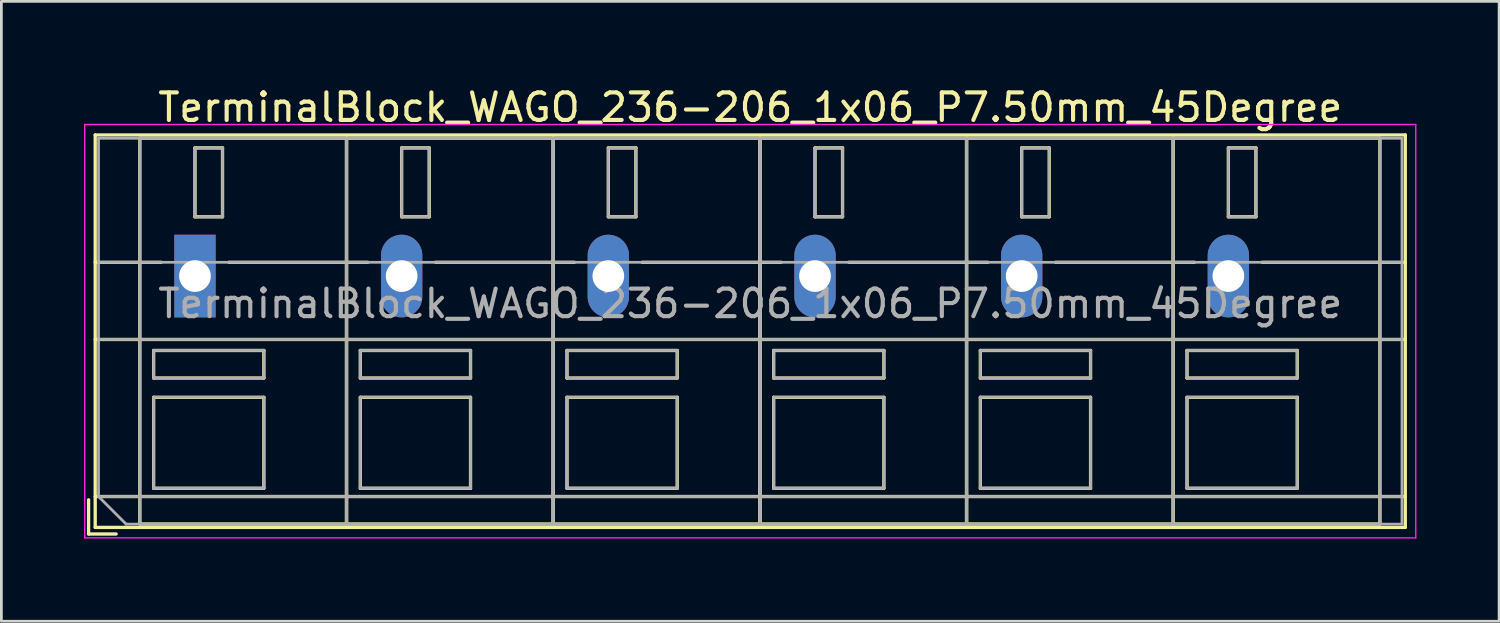
<source format=kicad_pcb>
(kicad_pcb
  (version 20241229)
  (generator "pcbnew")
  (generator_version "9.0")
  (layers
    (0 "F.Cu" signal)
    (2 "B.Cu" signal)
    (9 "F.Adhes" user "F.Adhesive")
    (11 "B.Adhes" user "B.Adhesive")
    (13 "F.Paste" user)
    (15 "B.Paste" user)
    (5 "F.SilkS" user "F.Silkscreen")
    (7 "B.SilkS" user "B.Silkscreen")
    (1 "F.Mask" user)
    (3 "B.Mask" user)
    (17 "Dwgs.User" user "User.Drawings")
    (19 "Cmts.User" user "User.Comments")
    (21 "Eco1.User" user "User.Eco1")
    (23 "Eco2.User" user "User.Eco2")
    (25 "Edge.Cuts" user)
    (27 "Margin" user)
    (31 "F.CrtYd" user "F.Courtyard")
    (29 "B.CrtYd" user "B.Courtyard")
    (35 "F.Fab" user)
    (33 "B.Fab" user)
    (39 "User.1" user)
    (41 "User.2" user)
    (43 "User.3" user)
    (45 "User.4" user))
  (footprint "TerminalBlock_WAGO_236-206_1x06_P7.50mm_45Degree"
    (layer "F.Cu")
    (at 4.025 6.968)
    (property "Reference" "TerminalBlock_WAGO_236-206_1x06_P7.50mm_45Degree" (at 20.15 -6.12 0) (layer "F.SilkS") (effects (font (size 1 1) (thickness 0.15))))
    (attr through_hole)
    (fp_line (start -3.86 8.12) (end -3.86 9.36) (stroke (width 0.12) (type solid)) (layer "F.SilkS"))
    (fp_line (start -3.86 9.36) (end -2.86 9.36) (stroke (width 0.12) (type solid)) (layer "F.SilkS"))
    (fp_line (start -3.62 -5.12) (end -3.62 9.12) (stroke (width 0.12) (type solid)) (layer "F.SilkS"))
    (fp_line (start -3.62 -5.12) (end 43.92 -5.12) (stroke (width 0.12) (type solid)) (layer "F.SilkS"))
    (fp_line (start -3.62 -0.5) (end -1.23 -0.5) (stroke (width 0.12) (type solid)) (layer "F.SilkS"))
    (fp_line (start -3.62 2.3) (end 43.92 2.3) (stroke (width 0.12) (type solid)) (layer "F.SilkS"))
    (fp_line (start -3.62 8) (end 43.92 8) (stroke (width 0.12) (type solid)) (layer "F.SilkS"))
    (fp_line (start -3.62 9.12) (end 43.92 9.12) (stroke (width 0.12) (type solid)) (layer "F.SilkS"))
    (fp_line (start -2 -5) (end -2 9) (stroke (width 0.12) (type solid)) (layer "F.SilkS"))
    (fp_line (start -2 -5) (end 5.5 -5) (stroke (width 0.12) (type solid)) (layer "F.SilkS"))
    (fp_line (start -2 9) (end 5.5 9) (stroke (width 0.12) (type solid)) (layer "F.SilkS"))
    (fp_line (start -1.5 2.7) (end -1.5 3.7) (stroke (width 0.12) (type solid)) (layer "F.SilkS"))
    (fp_line (start -1.5 2.7) (end 2.5 2.7) (stroke (width 0.12) (type solid)) (layer "F.SilkS"))
    (fp_line (start -1.5 3.7) (end 2.5 3.7) (stroke (width 0.12) (type solid)) (layer "F.SilkS"))
    (fp_line (start -1.5 4.4) (end -1.5 7.7) (stroke (width 0.12) (type solid)) (layer "F.SilkS"))
    (fp_line (start -1.5 4.4) (end 2.5 4.4) (stroke (width 0.12) (type solid)) (layer "F.SilkS"))
    (fp_line (start -1.5 7.7) (end 2.5 7.7) (stroke (width 0.12) (type solid)) (layer "F.SilkS"))
    (fp_line (start 0 -4.65) (end 0 -2.151) (stroke (width 0.12) (type solid)) (layer "F.SilkS"))
    (fp_line (start 0 -4.65) (end 1 -4.65) (stroke (width 0.12) (type solid)) (layer "F.SilkS"))
    (fp_line (start 0 -2.151) (end 1 -2.151) (stroke (width 0.12) (type solid)) (layer "F.SilkS"))
    (fp_line (start 1 -4.65) (end 1 -2.151) (stroke (width 0.12) (type solid)) (layer "F.SilkS"))
    (fp_line (start 1.23 -0.5) (end 6.27 -0.5) (stroke (width 0.12) (type solid)) (layer "F.SilkS"))
    (fp_line (start 2.5 2.7) (end 2.5 3.7) (stroke (width 0.12) (type solid)) (layer "F.SilkS"))
    (fp_line (start 2.5 4.4) (end 2.5 7.7) (stroke (width 0.12) (type solid)) (layer "F.SilkS"))
    (fp_line (start 5.5 -5) (end 5.5 9) (stroke (width 0.12) (type solid)) (layer "F.SilkS"))
    (fp_line (start 5.5 -5) (end 5.5 9) (stroke (width 0.12) (type solid)) (layer "F.SilkS"))
    (fp_line (start 5.5 -5) (end 13 -5) (stroke (width 0.12) (type solid)) (layer "F.SilkS"))
    (fp_line (start 5.5 9) (end 13 9) (stroke (width 0.12) (type solid)) (layer "F.SilkS"))
    (fp_line (start 6 2.7) (end 6 3.7) (stroke (width 0.12) (type solid)) (layer "F.SilkS"))
    (fp_line (start 6 2.7) (end 10 2.7) (stroke (width 0.12) (type solid)) (layer "F.SilkS"))
    (fp_line (start 6 3.7) (end 10 3.7) (stroke (width 0.12) (type solid)) (layer "F.SilkS"))
    (fp_line (start 6 4.4) (end 6 7.7) (stroke (width 0.12) (type solid)) (layer "F.SilkS"))
    (fp_line (start 6 4.4) (end 10 4.4) (stroke (width 0.12) (type solid)) (layer "F.SilkS"))
    (fp_line (start 6 7.7) (end 10 7.7) (stroke (width 0.12) (type solid)) (layer "F.SilkS"))
    (fp_line (start 7.5 -4.65) (end 7.5 -2.151) (stroke (width 0.12) (type solid)) (layer "F.SilkS"))
    (fp_line (start 7.5 -4.65) (end 8.5 -4.65) (stroke (width 0.12) (type solid)) (layer "F.SilkS"))
    (fp_line (start 7.5 -2.151) (end 8.5 -2.151) (stroke (width 0.12) (type solid)) (layer "F.SilkS"))
    (fp_line (start 8.5 -4.65) (end 8.5 -2.151) (stroke (width 0.12) (type solid)) (layer "F.SilkS"))
    (fp_line (start 8.73 -0.5) (end 13.77 -0.5) (stroke (width 0.12) (type solid)) (layer "F.SilkS"))
    (fp_line (start 10 2.7) (end 10 3.7) (stroke (width 0.12) (type solid)) (layer "F.SilkS"))
    (fp_line (start 10 4.4) (end 10 7.7) (stroke (width 0.12) (type solid)) (layer "F.SilkS"))
    (fp_line (start 13 -5) (end 13 9) (stroke (width 0.12) (type solid)) (layer "F.SilkS"))
    (fp_line (start 13 -5) (end 13 9) (stroke (width 0.12) (type solid)) (layer "F.SilkS"))
    (fp_line (start 13 -5) (end 20.5 -5) (stroke (width 0.12) (type solid)) (layer "F.SilkS"))
    (fp_line (start 13 9) (end 20.5 9) (stroke (width 0.12) (type solid)) (layer "F.SilkS"))
    (fp_line (start 13.5 2.7) (end 13.5 3.7) (stroke (width 0.12) (type solid)) (layer "F.SilkS"))
    (fp_line (start 13.5 2.7) (end 17.5 2.7) (stroke (width 0.12) (type solid)) (layer "F.SilkS"))
    (fp_line (start 13.5 3.7) (end 17.5 3.7) (stroke (width 0.12) (type solid)) (layer "F.SilkS"))
    (fp_line (start 13.5 4.4) (end 13.5 7.7) (stroke (width 0.12) (type solid)) (layer "F.SilkS"))
    (fp_line (start 13.5 4.4) (end 17.5 4.4) (stroke (width 0.12) (type solid)) (layer "F.SilkS"))
    (fp_line (start 13.5 7.7) (end 17.5 7.7) (stroke (width 0.12) (type solid)) (layer "F.SilkS"))
    (fp_line (start 15 -4.65) (end 15 -2.151) (stroke (width 0.12) (type solid)) (layer "F.SilkS"))
    (fp_line (start 15 -4.65) (end 16 -4.65) (stroke (width 0.12) (type solid)) (layer "F.SilkS"))
    (fp_line (start 15 -2.151) (end 16 -2.151) (stroke (width 0.12) (type solid)) (layer "F.SilkS"))
    (fp_line (start 16 -4.65) (end 16 -2.151) (stroke (width 0.12) (type solid)) (layer "F.SilkS"))
    (fp_line (start 16.23 -0.5) (end 21.27 -0.5) (stroke (width 0.12) (type solid)) (layer "F.SilkS"))
    (fp_line (start 17.5 2.7) (end 17.5 3.7) (stroke (width 0.12) (type solid)) (layer "F.SilkS"))
    (fp_line (start 17.5 4.4) (end 17.5 7.7) (stroke (width 0.12) (type solid)) (layer "F.SilkS"))
    (fp_line (start 20.5 -5) (end 20.5 9) (stroke (width 0.12) (type solid)) (layer "F.SilkS"))
    (fp_line (start 20.5 -5) (end 20.5 9) (stroke (width 0.12) (type solid)) (layer "F.SilkS"))
    (fp_line (start 20.5 -5) (end 28 -5) (stroke (width 0.12) (type solid)) (layer "F.SilkS"))
    (fp_line (start 20.5 9) (end 28 9) (stroke (width 0.12) (type solid)) (layer "F.SilkS"))
    (fp_line (start 21 2.7) (end 21 3.7) (stroke (width 0.12) (type solid)) (layer "F.SilkS"))
    (fp_line (start 21 2.7) (end 25 2.7) (stroke (width 0.12) (type solid)) (layer "F.SilkS"))
    (fp_line (start 21 3.7) (end 25 3.7) (stroke (width 0.12) (type solid)) (layer "F.SilkS"))
    (fp_line (start 21 4.4) (end 21 7.7) (stroke (width 0.12) (type solid)) (layer "F.SilkS"))
    (fp_line (start 21 4.4) (end 25 4.4) (stroke (width 0.12) (type solid)) (layer "F.SilkS"))
    (fp_line (start 21 7.7) (end 25 7.7) (stroke (width 0.12) (type solid)) (layer "F.SilkS"))
    (fp_line (start 22.5 -4.65) (end 22.5 -2.151) (stroke (width 0.12) (type solid)) (layer "F.SilkS"))
    (fp_line (start 22.5 -4.65) (end 23.5 -4.65) (stroke (width 0.12) (type solid)) (layer "F.SilkS"))
    (fp_line (start 22.5 -2.151) (end 23.5 -2.151) (stroke (width 0.12) (type solid)) (layer "F.SilkS"))
    (fp_line (start 23.5 -4.65) (end 23.5 -2.151) (stroke (width 0.12) (type solid)) (layer "F.SilkS"))
    (fp_line (start 23.73 -0.5) (end 28.77 -0.5) (stroke (width 0.12) (type solid)) (layer "F.SilkS"))
    (fp_line (start 25 2.7) (end 25 3.7) (stroke (width 0.12) (type solid)) (layer "F.SilkS"))
    (fp_line (start 25 4.4) (end 25 7.7) (stroke (width 0.12) (type solid)) (layer "F.SilkS"))
    (fp_line (start 28 -5) (end 28 9) (stroke (width 0.12) (type solid)) (layer "F.SilkS"))
    (fp_line (start 28 -5) (end 28 9) (stroke (width 0.12) (type solid)) (layer "F.SilkS"))
    (fp_line (start 28 -5) (end 35.5 -5) (stroke (width 0.12) (type solid)) (layer "F.SilkS"))
    (fp_line (start 28 9) (end 35.5 9) (stroke (width 0.12) (type solid)) (layer "F.SilkS"))
    (fp_line (start 28.5 2.7) (end 28.5 3.7) (stroke (width 0.12) (type solid)) (layer "F.SilkS"))
    (fp_line (start 28.5 2.7) (end 32.5 2.7) (stroke (width 0.12) (type solid)) (layer "F.SilkS"))
    (fp_line (start 28.5 3.7) (end 32.5 3.7) (stroke (width 0.12) (type solid)) (layer "F.SilkS"))
    (fp_line (start 28.5 4.4) (end 28.5 7.7) (stroke (width 0.12) (type solid)) (layer "F.SilkS"))
    (fp_line (start 28.5 4.4) (end 32.5 4.4) (stroke (width 0.12) (type solid)) (layer "F.SilkS"))
    (fp_line (start 28.5 7.7) (end 32.5 7.7) (stroke (width 0.12) (type solid)) (layer "F.SilkS"))
    (fp_line (start 30 -4.65) (end 30 -2.151) (stroke (width 0.12) (type solid)) (layer "F.SilkS"))
    (fp_line (start 30 -4.65) (end 31 -4.65) (stroke (width 0.12) (type solid)) (layer "F.SilkS"))
    (fp_line (start 30 -2.151) (end 31 -2.151) (stroke (width 0.12) (type solid)) (layer "F.SilkS"))
    (fp_line (start 31 -4.65) (end 31 -2.151) (stroke (width 0.12) (type solid)) (layer "F.SilkS"))
    (fp_line (start 31.23 -0.5) (end 36.27 -0.5) (stroke (width 0.12) (type solid)) (layer "F.SilkS"))
    (fp_line (start 32.5 2.7) (end 32.5 3.7) (stroke (width 0.12) (type solid)) (layer "F.SilkS"))
    (fp_line (start 32.5 4.4) (end 32.5 7.7) (stroke (width 0.12) (type solid)) (layer "F.SilkS"))
    (fp_line (start 35.5 -5) (end 35.5 9) (stroke (width 0.12) (type solid)) (layer "F.SilkS"))
    (fp_line (start 35.5 -5) (end 35.5 9) (stroke (width 0.12) (type solid)) (layer "F.SilkS"))
    (fp_line (start 35.5 -5) (end 43 -5) (stroke (width 0.12) (type solid)) (layer "F.SilkS"))
    (fp_line (start 35.5 9) (end 43 9) (stroke (width 0.12) (type solid)) (layer "F.SilkS"))
    (fp_line (start 36 2.7) (end 36 3.7) (stroke (width 0.12) (type solid)) (layer "F.SilkS"))
    (fp_line (start 36 2.7) (end 40 2.7) (stroke (width 0.12) (type solid)) (layer "F.SilkS"))
    (fp_line (start 36 3.7) (end 40 3.7) (stroke (width 0.12) (type solid)) (layer "F.SilkS"))
    (fp_line (start 36 4.4) (end 36 7.7) (stroke (width 0.12) (type solid)) (layer "F.SilkS"))
    (fp_line (start 36 4.4) (end 40 4.4) (stroke (width 0.12) (type solid)) (layer "F.SilkS"))
    (fp_line (start 36 7.7) (end 40 7.7) (stroke (width 0.12) (type solid)) (layer "F.SilkS"))
    (fp_line (start 37.5 -4.65) (end 37.5 -2.151) (stroke (width 0.12) (type solid)) (layer "F.SilkS"))
    (fp_line (start 37.5 -4.65) (end 38.5 -4.65) (stroke (width 0.12) (type solid)) (layer "F.SilkS"))
    (fp_line (start 37.5 -2.151) (end 38.5 -2.151) (stroke (width 0.12) (type solid)) (layer "F.SilkS"))
    (fp_line (start 38.5 -4.65) (end 38.5 -2.151) (stroke (width 0.12) (type solid)) (layer "F.SilkS"))
    (fp_line (start 38.73 -0.5) (end 43.92 -0.5) (stroke (width 0.12) (type solid)) (layer "F.SilkS"))
    (fp_line (start 40 2.7) (end 40 3.7) (stroke (width 0.12) (type solid)) (layer "F.SilkS"))
    (fp_line (start 40 4.4) (end 40 7.7) (stroke (width 0.12) (type solid)) (layer "F.SilkS"))
    (fp_line (start 43 -5) (end 43 9) (stroke (width 0.12) (type solid)) (layer "F.SilkS"))
    (fp_line (start 43.92 -5.12) (end 43.92 9.12) (stroke (width 0.12) (type solid)) (layer "F.SilkS"))
    (fp_line (start -4 -5.5) (end -4 9.5) (stroke (width 0.05) (type solid)) (layer "F.CrtYd"))
    (fp_line (start -4 9.5) (end 44.3 9.5) (stroke (width 0.05) (type solid)) (layer "F.CrtYd"))
    (fp_line (start 44.3 -5.5) (end -4 -5.5) (stroke (width 0.05) (type solid)) (layer "F.CrtYd"))
    (fp_line (start 44.3 9.5) (end 44.3 -5.5) (stroke (width 0.05) (type solid)) (layer "F.CrtYd"))
    (fp_line (start -3.5 -5) (end 43.8 -5) (stroke (width 0.1) (type solid)) (layer "F.Fab"))
    (fp_line (start -3.5 -0.5) (end 43.8 -0.5) (stroke (width 0.1) (type solid)) (layer "F.Fab"))
    (fp_line (start -3.5 2.3) (end 43.8 2.3) (stroke (width 0.1) (type solid)) (layer "F.Fab"))
    (fp_line (start -3.5 8) (end -3.5 -5) (stroke (width 0.1) (type solid)) (layer "F.Fab"))
    (fp_line (start -3.5 8) (end 43.8 8) (stroke (width 0.1) (type solid)) (layer "F.Fab"))
    (fp_line (start -2.5 9) (end -3.5 8) (stroke (width 0.1) (type solid)) (layer "F.Fab"))
    (fp_line (start -2 -5) (end -2 9) (stroke (width 0.1) (type solid)) (layer "F.Fab"))
    (fp_line (start -2 9) (end 5.5 9) (stroke (width 0.1) (type solid)) (layer "F.Fab"))
    (fp_line (start -1.5 2.7) (end -1.5 3.7) (stroke (width 0.1) (type solid)) (layer "F.Fab"))
    (fp_line (start -1.5 3.7) (end 2.5 3.7) (stroke (width 0.1) (type solid)) (layer "F.Fab"))
    (fp_line (start -1.5 4.4) (end -1.5 7.7) (stroke (width 0.1) (type solid)) (layer "F.Fab"))
    (fp_line (start -1.5 7.7) (end 2.5 7.7) (stroke (width 0.1) (type solid)) (layer "F.Fab"))
    (fp_line (start 0 -4.65) (end 0 -2.15) (stroke (width 0.1) (type solid)) (layer "F.Fab"))
    (fp_line (start 0 -2.15) (end 1 -2.15) (stroke (width 0.1) (type solid)) (layer "F.Fab"))
    (fp_line (start 1 -4.65) (end 0 -4.65) (stroke (width 0.1) (type solid)) (layer "F.Fab"))
    (fp_line (start 1 -2.15) (end 1 -4.65) (stroke (width 0.1) (type solid)) (layer "F.Fab"))
    (fp_line (start 2.5 2.7) (end -1.5 2.7) (stroke (width 0.1) (type solid)) (layer "F.Fab"))
    (fp_line (start 2.5 3.7) (end 2.5 2.7) (stroke (width 0.1) (type solid)) (layer "F.Fab"))
    (fp_line (start 2.5 4.4) (end -1.5 4.4) (stroke (width 0.1) (type solid)) (layer "F.Fab"))
    (fp_line (start 2.5 7.7) (end 2.5 4.4) (stroke (width 0.1) (type solid)) (layer "F.Fab"))
    (fp_line (start 5.5 -5) (end -2 -5) (stroke (width 0.1) (type solid)) (layer "F.Fab"))
    (fp_line (start 5.5 -5) (end 5.5 9) (stroke (width 0.1) (type solid)) (layer "F.Fab"))
    (fp_line (start 5.5 9) (end 5.5 -5) (stroke (width 0.1) (type solid)) (layer "F.Fab"))
    (fp_line (start 5.5 9) (end 13 9) (stroke (width 0.1) (type solid)) (layer "F.Fab"))
    (fp_line (start 6 2.7) (end 6 3.7) (stroke (width 0.1) (type solid)) (layer "F.Fab"))
    (fp_line (start 6 3.7) (end 10 3.7) (stroke (width 0.1) (type solid)) (layer "F.Fab"))
    (fp_line (start 6 4.4) (end 6 7.7) (stroke (width 0.1) (type solid)) (layer "F.Fab"))
    (fp_line (start 6 7.7) (end 10 7.7) (stroke (width 0.1) (type solid)) (layer "F.Fab"))
    (fp_line (start 7.5 -4.65) (end 7.5 -2.15) (stroke (width 0.1) (type solid)) (layer "F.Fab"))
    (fp_line (start 7.5 -2.15) (end 8.5 -2.15) (stroke (width 0.1) (type solid)) (layer "F.Fab"))
    (fp_line (start 8.5 -4.65) (end 7.5 -4.65) (stroke (width 0.1) (type solid)) (layer "F.Fab"))
    (fp_line (start 8.5 -2.15) (end 8.5 -4.65) (stroke (width 0.1) (type solid)) (layer "F.Fab"))
    (fp_line (start 10 2.7) (end 6 2.7) (stroke (width 0.1) (type solid)) (layer "F.Fab"))
    (fp_line (start 10 3.7) (end 10 2.7) (stroke (width 0.1) (type solid)) (layer "F.Fab"))
    (fp_line (start 10 4.4) (end 6 4.4) (stroke (width 0.1) (type solid)) (layer "F.Fab"))
    (fp_line (start 10 7.7) (end 10 4.4) (stroke (width 0.1) (type solid)) (layer "F.Fab"))
    (fp_line (start 13 -5) (end 5.5 -5) (stroke (width 0.1) (type solid)) (layer "F.Fab"))
    (fp_line (start 13 -5) (end 13 9) (stroke (width 0.1) (type solid)) (layer "F.Fab"))
    (fp_line (start 13 9) (end 13 -5) (stroke (width 0.1) (type solid)) (layer "F.Fab"))
    (fp_line (start 13 9) (end 20.5 9) (stroke (width 0.1) (type solid)) (layer "F.Fab"))
    (fp_line (start 13.5 2.7) (end 13.5 3.7) (stroke (width 0.1) (type solid)) (layer "F.Fab"))
    (fp_line (start 13.5 3.7) (end 17.5 3.7) (stroke (width 0.1) (type solid)) (layer "F.Fab"))
    (fp_line (start 13.5 4.4) (end 13.5 7.7) (stroke (width 0.1) (type solid)) (layer "F.Fab"))
    (fp_line (start 13.5 7.7) (end 17.5 7.7) (stroke (width 0.1) (type solid)) (layer "F.Fab"))
    (fp_line (start 15 -4.65) (end 15 -2.15) (stroke (width 0.1) (type solid)) (layer "F.Fab"))
    (fp_line (start 15 -2.15) (end 16 -2.15) (stroke (width 0.1) (type solid)) (layer "F.Fab"))
    (fp_line (start 16 -4.65) (end 15 -4.65) (stroke (width 0.1) (type solid)) (layer "F.Fab"))
    (fp_line (start 16 -2.15) (end 16 -4.65) (stroke (width 0.1) (type solid)) (layer "F.Fab"))
    (fp_line (start 17.5 2.7) (end 13.5 2.7) (stroke (width 0.1) (type solid)) (layer "F.Fab"))
    (fp_line (start 17.5 3.7) (end 17.5 2.7) (stroke (width 0.1) (type solid)) (layer "F.Fab"))
    (fp_line (start 17.5 4.4) (end 13.5 4.4) (stroke (width 0.1) (type solid)) (layer "F.Fab"))
    (fp_line (start 17.5 7.7) (end 17.5 4.4) (stroke (width 0.1) (type solid)) (layer "F.Fab"))
    (fp_line (start 20.5 -5) (end 13 -5) (stroke (width 0.1) (type solid)) (layer "F.Fab"))
    (fp_line (start 20.5 -5) (end 20.5 9) (stroke (width 0.1) (type solid)) (layer "F.Fab"))
    (fp_line (start 20.5 9) (end 20.5 -5) (stroke (width 0.1) (type solid)) (layer "F.Fab"))
    (fp_line (start 20.5 9) (end 28 9) (stroke (width 0.1) (type solid)) (layer "F.Fab"))
    (fp_line (start 21 2.7) (end 21 3.7) (stroke (width 0.1) (type solid)) (layer "F.Fab"))
    (fp_line (start 21 3.7) (end 25 3.7) (stroke (width 0.1) (type solid)) (layer "F.Fab"))
    (fp_line (start 21 4.4) (end 21 7.7) (stroke (width 0.1) (type solid)) (layer "F.Fab"))
    (fp_line (start 21 7.7) (end 25 7.7) (stroke (width 0.1) (type solid)) (layer "F.Fab"))
    (fp_line (start 22.5 -4.65) (end 22.5 -2.15) (stroke (width 0.1) (type solid)) (layer "F.Fab"))
    (fp_line (start 22.5 -2.15) (end 23.5 -2.15) (stroke (width 0.1) (type solid)) (layer "F.Fab"))
    (fp_line (start 23.5 -4.65) (end 22.5 -4.65) (stroke (width 0.1) (type solid)) (layer "F.Fab"))
    (fp_line (start 23.5 -2.15) (end 23.5 -4.65) (stroke (width 0.1) (type solid)) (layer "F.Fab"))
    (fp_line (start 25 2.7) (end 21 2.7) (stroke (width 0.1) (type solid)) (layer "F.Fab"))
    (fp_line (start 25 3.7) (end 25 2.7) (stroke (width 0.1) (type solid)) (layer "F.Fab"))
    (fp_line (start 25 4.4) (end 21 4.4) (stroke (width 0.1) (type solid)) (layer "F.Fab"))
    (fp_line (start 25 7.7) (end 25 4.4) (stroke (width 0.1) (type solid)) (layer "F.Fab"))
    (fp_line (start 28 -5) (end 20.5 -5) (stroke (width 0.1) (type solid)) (layer "F.Fab"))
    (fp_line (start 28 -5) (end 28 9) (stroke (width 0.1) (type solid)) (layer "F.Fab"))
    (fp_line (start 28 9) (end 28 -5) (stroke (width 0.1) (type solid)) (layer "F.Fab"))
    (fp_line (start 28 9) (end 35.5 9) (stroke (width 0.1) (type solid)) (layer "F.Fab"))
    (fp_line (start 28.5 2.7) (end 28.5 3.7) (stroke (width 0.1) (type solid)) (layer "F.Fab"))
    (fp_line (start 28.5 3.7) (end 32.5 3.7) (stroke (width 0.1) (type solid)) (layer "F.Fab"))
    (fp_line (start 28.5 4.4) (end 28.5 7.7) (stroke (width 0.1) (type solid)) (layer "F.Fab"))
    (fp_line (start 28.5 7.7) (end 32.5 7.7) (stroke (width 0.1) (type solid)) (layer "F.Fab"))
    (fp_line (start 30 -4.65) (end 30 -2.15) (stroke (width 0.1) (type solid)) (layer "F.Fab"))
    (fp_line (start 30 -2.15) (end 31 -2.15) (stroke (width 0.1) (type solid)) (layer "F.Fab"))
    (fp_line (start 31 -4.65) (end 30 -4.65) (stroke (width 0.1) (type solid)) (layer "F.Fab"))
    (fp_line (start 31 -2.15) (end 31 -4.65) (stroke (width 0.1) (type solid)) (layer "F.Fab"))
    (fp_line (start 32.5 2.7) (end 28.5 2.7) (stroke (width 0.1) (type solid)) (layer "F.Fab"))
    (fp_line (start 32.5 3.7) (end 32.5 2.7) (stroke (width 0.1) (type solid)) (layer "F.Fab"))
    (fp_line (start 32.5 4.4) (end 28.5 4.4) (stroke (width 0.1) (type solid)) (layer "F.Fab"))
    (fp_line (start 32.5 7.7) (end 32.5 4.4) (stroke (width 0.1) (type solid)) (layer "F.Fab"))
    (fp_line (start 35.5 -5) (end 28 -5) (stroke (width 0.1) (type solid)) (layer "F.Fab"))
    (fp_line (start 35.5 -5) (end 35.5 9) (stroke (width 0.1) (type solid)) (layer "F.Fab"))
    (fp_line (start 35.5 9) (end 35.5 -5) (stroke (width 0.1) (type solid)) (layer "F.Fab"))
    (fp_line (start 35.5 9) (end 43 9) (stroke (width 0.1) (type solid)) (layer "F.Fab"))
    (fp_line (start 36 2.7) (end 36 3.7) (stroke (width 0.1) (type solid)) (layer "F.Fab"))
    (fp_line (start 36 3.7) (end 40 3.7) (stroke (width 0.1) (type solid)) (layer "F.Fab"))
    (fp_line (start 36 4.4) (end 36 7.7) (stroke (width 0.1) (type solid)) (layer "F.Fab"))
    (fp_line (start 36 7.7) (end 40 7.7) (stroke (width 0.1) (type solid)) (layer "F.Fab"))
    (fp_line (start 37.5 -4.65) (end 37.5 -2.15) (stroke (width 0.1) (type solid)) (layer "F.Fab"))
    (fp_line (start 37.5 -2.15) (end 38.5 -2.15) (stroke (width 0.1) (type solid)) (layer "F.Fab"))
    (fp_line (start 38.5 -4.65) (end 37.5 -4.65) (stroke (width 0.1) (type solid)) (layer "F.Fab"))
    (fp_line (start 38.5 -2.15) (end 38.5 -4.65) (stroke (width 0.1) (type solid)) (layer "F.Fab"))
    (fp_line (start 40 2.7) (end 36 2.7) (stroke (width 0.1) (type solid)) (layer "F.Fab"))
    (fp_line (start 40 3.7) (end 40 2.7) (stroke (width 0.1) (type solid)) (layer "F.Fab"))
    (fp_line (start 40 4.4) (end 36 4.4) (stroke (width 0.1) (type solid)) (layer "F.Fab"))
    (fp_line (start 40 7.7) (end 40 4.4) (stroke (width 0.1) (type solid)) (layer "F.Fab"))
    (fp_line (start 43 -5) (end 35.5 -5) (stroke (width 0.1) (type solid)) (layer "F.Fab"))
    (fp_line (start 43 9) (end 43 -5) (stroke (width 0.1) (type solid)) (layer "F.Fab"))
    (fp_line (start 43.8 -5) (end 43.8 9) (stroke (width 0.1) (type solid)) (layer "F.Fab"))
    (fp_line (start 43.8 9) (end -2.5 9) (stroke (width 0.1) (type solid)) (layer "F.Fab"))
    (fp_text user "${REFERENCE}" (at 20.15 1 0) (layer "F.Fab") (effects (font (size 1 1) (thickness 0.15))))
    (pad "1" thru_hole rect (at 0 0) (size 1.5 3) (drill 1.15) (layers "*.Cu" "*.Mask"))
    (pad "2" thru_hole oval (at 7.5 0) (size 1.5 3) (drill 1.15) (layers "*.Cu" "*.Mask"))
    (pad "3" thru_hole oval (at 15 0) (size 1.5 3) (drill 1.15) (layers "*.Cu" "*.Mask"))
    (pad "4" thru_hole oval (at 22.5 0) (size 1.5 3) (drill 1.15) (layers "*.Cu" "*.Mask"))
    (pad "5" thru_hole oval (at 30 0) (size 1.5 3) (drill 1.15) (layers "*.Cu" "*.Mask"))
    (pad "6" thru_hole oval (at 37.5 0) (size 1.5 3) (drill 1.15) (layers "*.Cu" "*.Mask")))
  (gr_rect
    (start -3 -3)
    (end 51.35 19.493)
    (stroke (width 0.1) (type default))
    (fill no)
    (layer "Edge.Cuts")))
</source>
